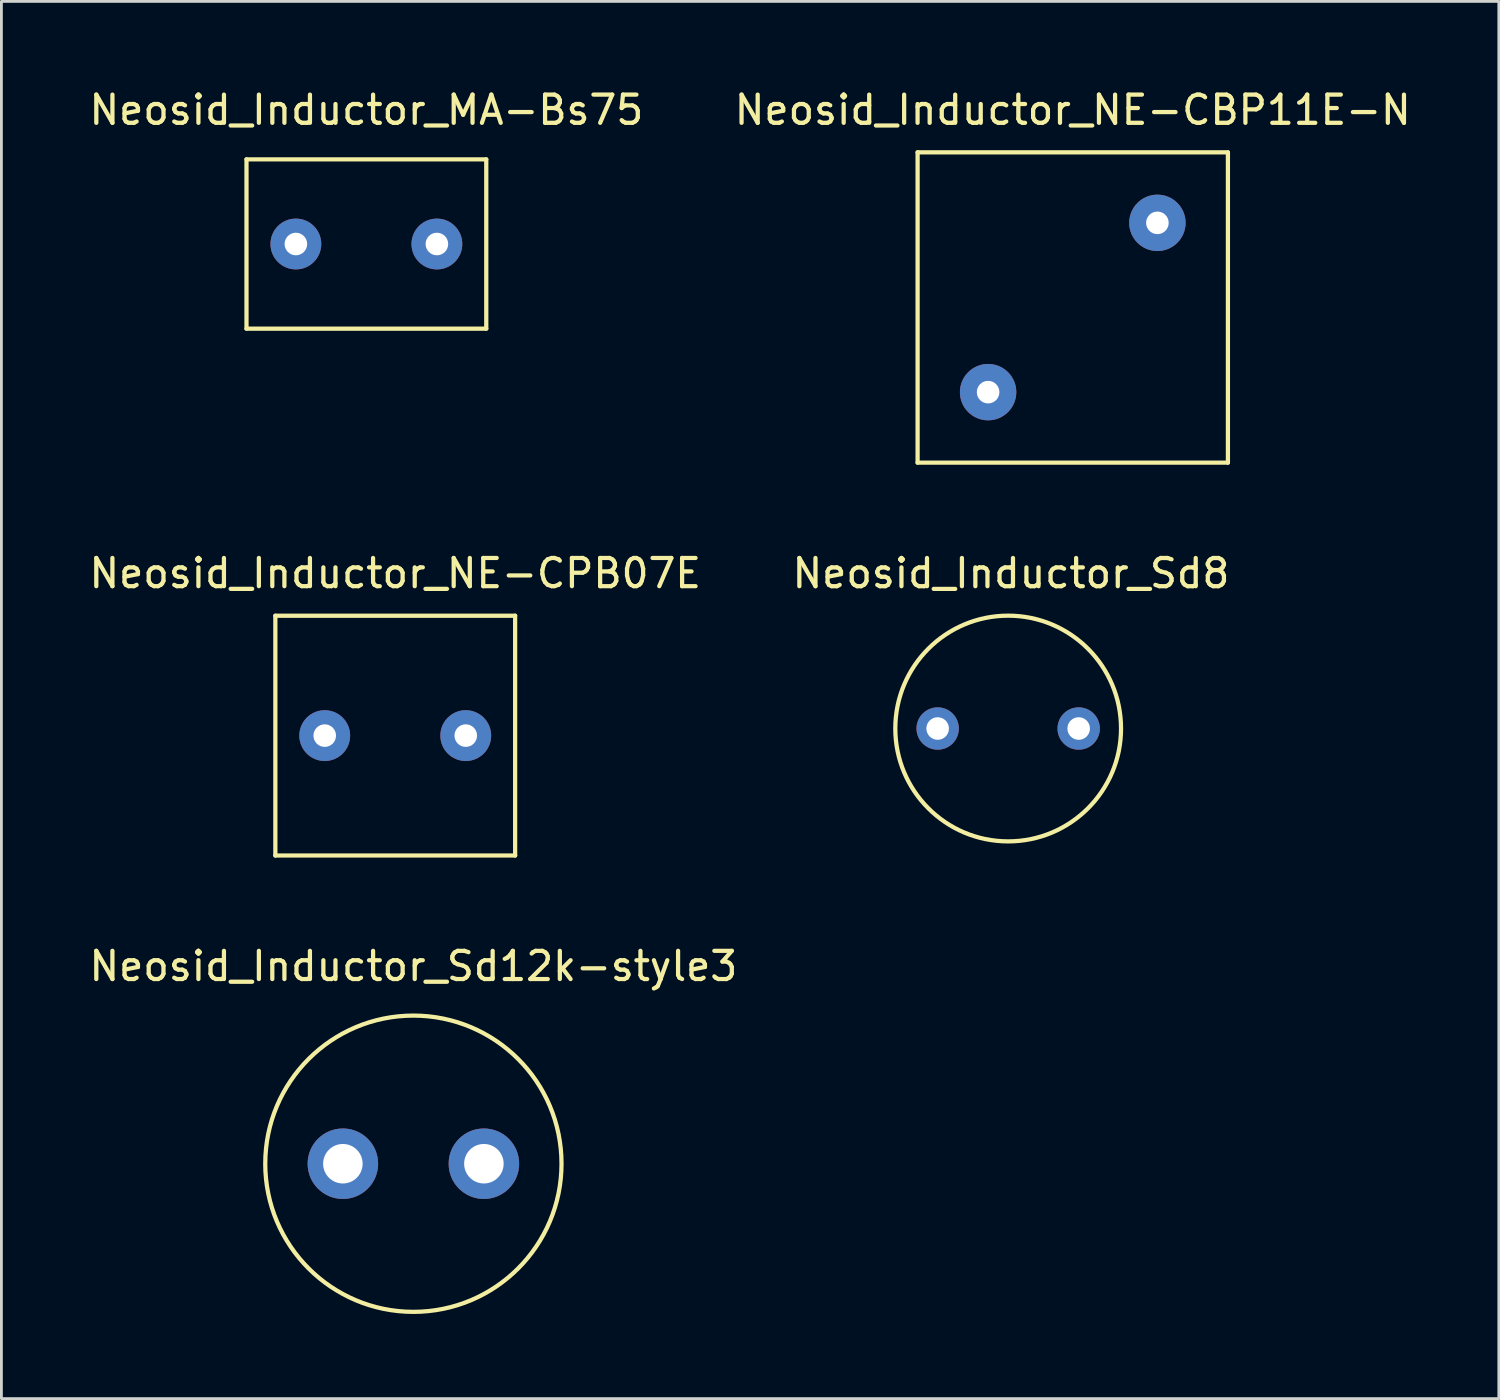
<source format=kicad_pcb>
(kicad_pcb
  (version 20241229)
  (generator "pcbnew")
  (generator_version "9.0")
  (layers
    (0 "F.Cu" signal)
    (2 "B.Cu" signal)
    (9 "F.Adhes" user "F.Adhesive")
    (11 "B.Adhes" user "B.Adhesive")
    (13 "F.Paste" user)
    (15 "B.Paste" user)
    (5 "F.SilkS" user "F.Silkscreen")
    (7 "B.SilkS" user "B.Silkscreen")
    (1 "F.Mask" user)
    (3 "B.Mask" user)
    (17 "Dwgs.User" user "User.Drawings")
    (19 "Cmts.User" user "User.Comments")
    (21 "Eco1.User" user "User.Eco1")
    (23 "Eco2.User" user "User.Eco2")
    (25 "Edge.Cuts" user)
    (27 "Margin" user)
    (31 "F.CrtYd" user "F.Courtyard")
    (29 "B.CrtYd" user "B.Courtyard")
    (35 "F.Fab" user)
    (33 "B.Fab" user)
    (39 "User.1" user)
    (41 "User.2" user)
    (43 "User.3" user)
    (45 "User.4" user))
  (footprint "Neosid_Inductor_Sd8"
    (layer "F.Cu")
    (at 32.681 22.77)
    (property "Reference" "Neosid_Inductor_Sd8" (at 0.099 -5.499 0) (layer "F.SilkS") (effects (font (size 1 1) (thickness 0.15))))
    (attr through_hole)
    (fp_circle (center 0 0) (end 4 0) (stroke (width 0.15) (type solid)) (fill no) (layer "F.SilkS"))
    (pad "1" thru_hole circle (at -2.499 0) (size 1.501 1.501) (drill 0.8) (layers "*.Cu" "*.Mask"))
    (pad "2" thru_hole circle (at 2.499 0) (size 1.501 1.501) (drill 0.8) (layers "*.Cu" "*.Mask")))
  (footprint "Neosid_Inductor_MA-Bs75"
    (layer "F.Cu")
    (at 9.935 5.598)
    (property "Reference" "Neosid_Inductor_MA-Bs75" (at 0 -4.75 0) (layer "F.SilkS") (effects (font (size 1 1) (thickness 0.15))))
    (attr through_hole)
    (fp_line (start -4.249 -3) (end -4.249 3) (stroke (width 0.15) (type solid)) (layer "F.SilkS"))
    (fp_line (start -4.249 3) (end 4.249 3) (stroke (width 0.15) (type solid)) (layer "F.SilkS"))
    (fp_line (start 4.249 -3) (end -4.249 -3) (stroke (width 0.15) (type solid)) (layer "F.SilkS"))
    (fp_line (start 4.249 3) (end 4.249 -3) (stroke (width 0.15) (type solid)) (layer "F.SilkS"))
    (pad "1" thru_hole circle (at -2.499 0 180) (size 1.801 1.801) (drill 0.8) (layers "*.Cu" "*.Mask"))
    (pad "2" thru_hole circle (at 2.499 0 180) (size 1.801 1.801) (drill 0.8) (layers "*.Cu" "*.Mask")))
  (footprint "Neosid_Inductor_NE-CPB07E"
    (layer "F.Cu")
    (at 10.958 23.021)
    (property "Reference" "Neosid_Inductor_NE-CPB07E" (at 0 -5.751 0) (layer "F.SilkS") (effects (font (size 1 1) (thickness 0.15))))
    (attr smd)
    (fp_line (start -4.249 -4.249) (end -4.249 4.249) (stroke (width 0.15) (type solid)) (layer "F.SilkS"))
    (fp_line (start -4.249 4.249) (end 4.249 4.249) (stroke (width 0.15) (type solid)) (layer "F.SilkS"))
    (fp_line (start 4.249 -4.249) (end -4.249 -4.249) (stroke (width 0.15) (type solid)) (layer "F.SilkS"))
    (fp_line (start 4.249 4.249) (end 4.249 -4.249) (stroke (width 0.15) (type solid)) (layer "F.SilkS"))
    (pad "1" thru_hole circle (at -2.499 0) (size 1.801 1.801) (drill 0.8) (layers "*.Cu" "*.Mask"))
    (pad "2" thru_hole circle (at 2.499 0) (size 1.801 1.801) (drill 0.8) (layers "*.Cu" "*.Mask")))
  (footprint "Neosid_Inductor_NE-CBP11E-N"
    (layer "F.Cu")
    (at 34.97 7.848)
    (property "Reference" "Neosid_Inductor_NE-CBP11E-N" (at 0 -7 0) (layer "F.SilkS") (effects (font (size 1 1) (thickness 0.15))))
    (attr through_hole)
    (fp_line (start -5.499 -5.499) (end 5.499 -5.499) (stroke (width 0.15) (type solid)) (layer "F.SilkS"))
    (fp_line (start -5.499 5.499) (end -5.499 -5.499) (stroke (width 0.15) (type solid)) (layer "F.SilkS"))
    (fp_line (start 5.499 -5.499) (end 5.499 5.499) (stroke (width 0.15) (type solid)) (layer "F.SilkS"))
    (fp_line (start 5.499 5.499) (end -5.499 5.499) (stroke (width 0.15) (type solid)) (layer "F.SilkS"))
    (pad "1" thru_hole circle (at -3 3) (size 1.999 1.999) (drill 0.8) (layers "*.Cu" "*.Mask"))
    (pad "2" thru_hole circle (at 3 -3) (size 1.999 1.999) (drill 0.8) (layers "*.Cu" "*.Mask")))
  (footprint "Neosid_Inductor_Sd12k-style3"
    (layer "F.Cu")
    (at 11.601 38.194)
    (property "Reference" "Neosid_Inductor_Sd12k-style3" (at 0 -7 0) (layer "F.SilkS") (effects (font (size 1 1) (thickness 0.15))))
    (attr through_hole)
    (fp_circle (center 0 0) (end 5.25 0) (stroke (width 0.15) (type solid)) (fill no) (layer "F.SilkS"))
    (pad "1" thru_hole circle (at -2.499 0) (size 2.499 2.499) (drill 1.4) (layers "*.Cu" "*.Mask"))
    (pad "2" thru_hole circle (at 2.499 0) (size 2.499 2.499) (drill 1.4) (layers "*.Cu" "*.Mask")))
  (gr_rect
    (start -3 -3)
    (end 50.071 46.519)
    (stroke (width 0.1) (type default))
    (fill no)
    (layer "Edge.Cuts")))
</source>
